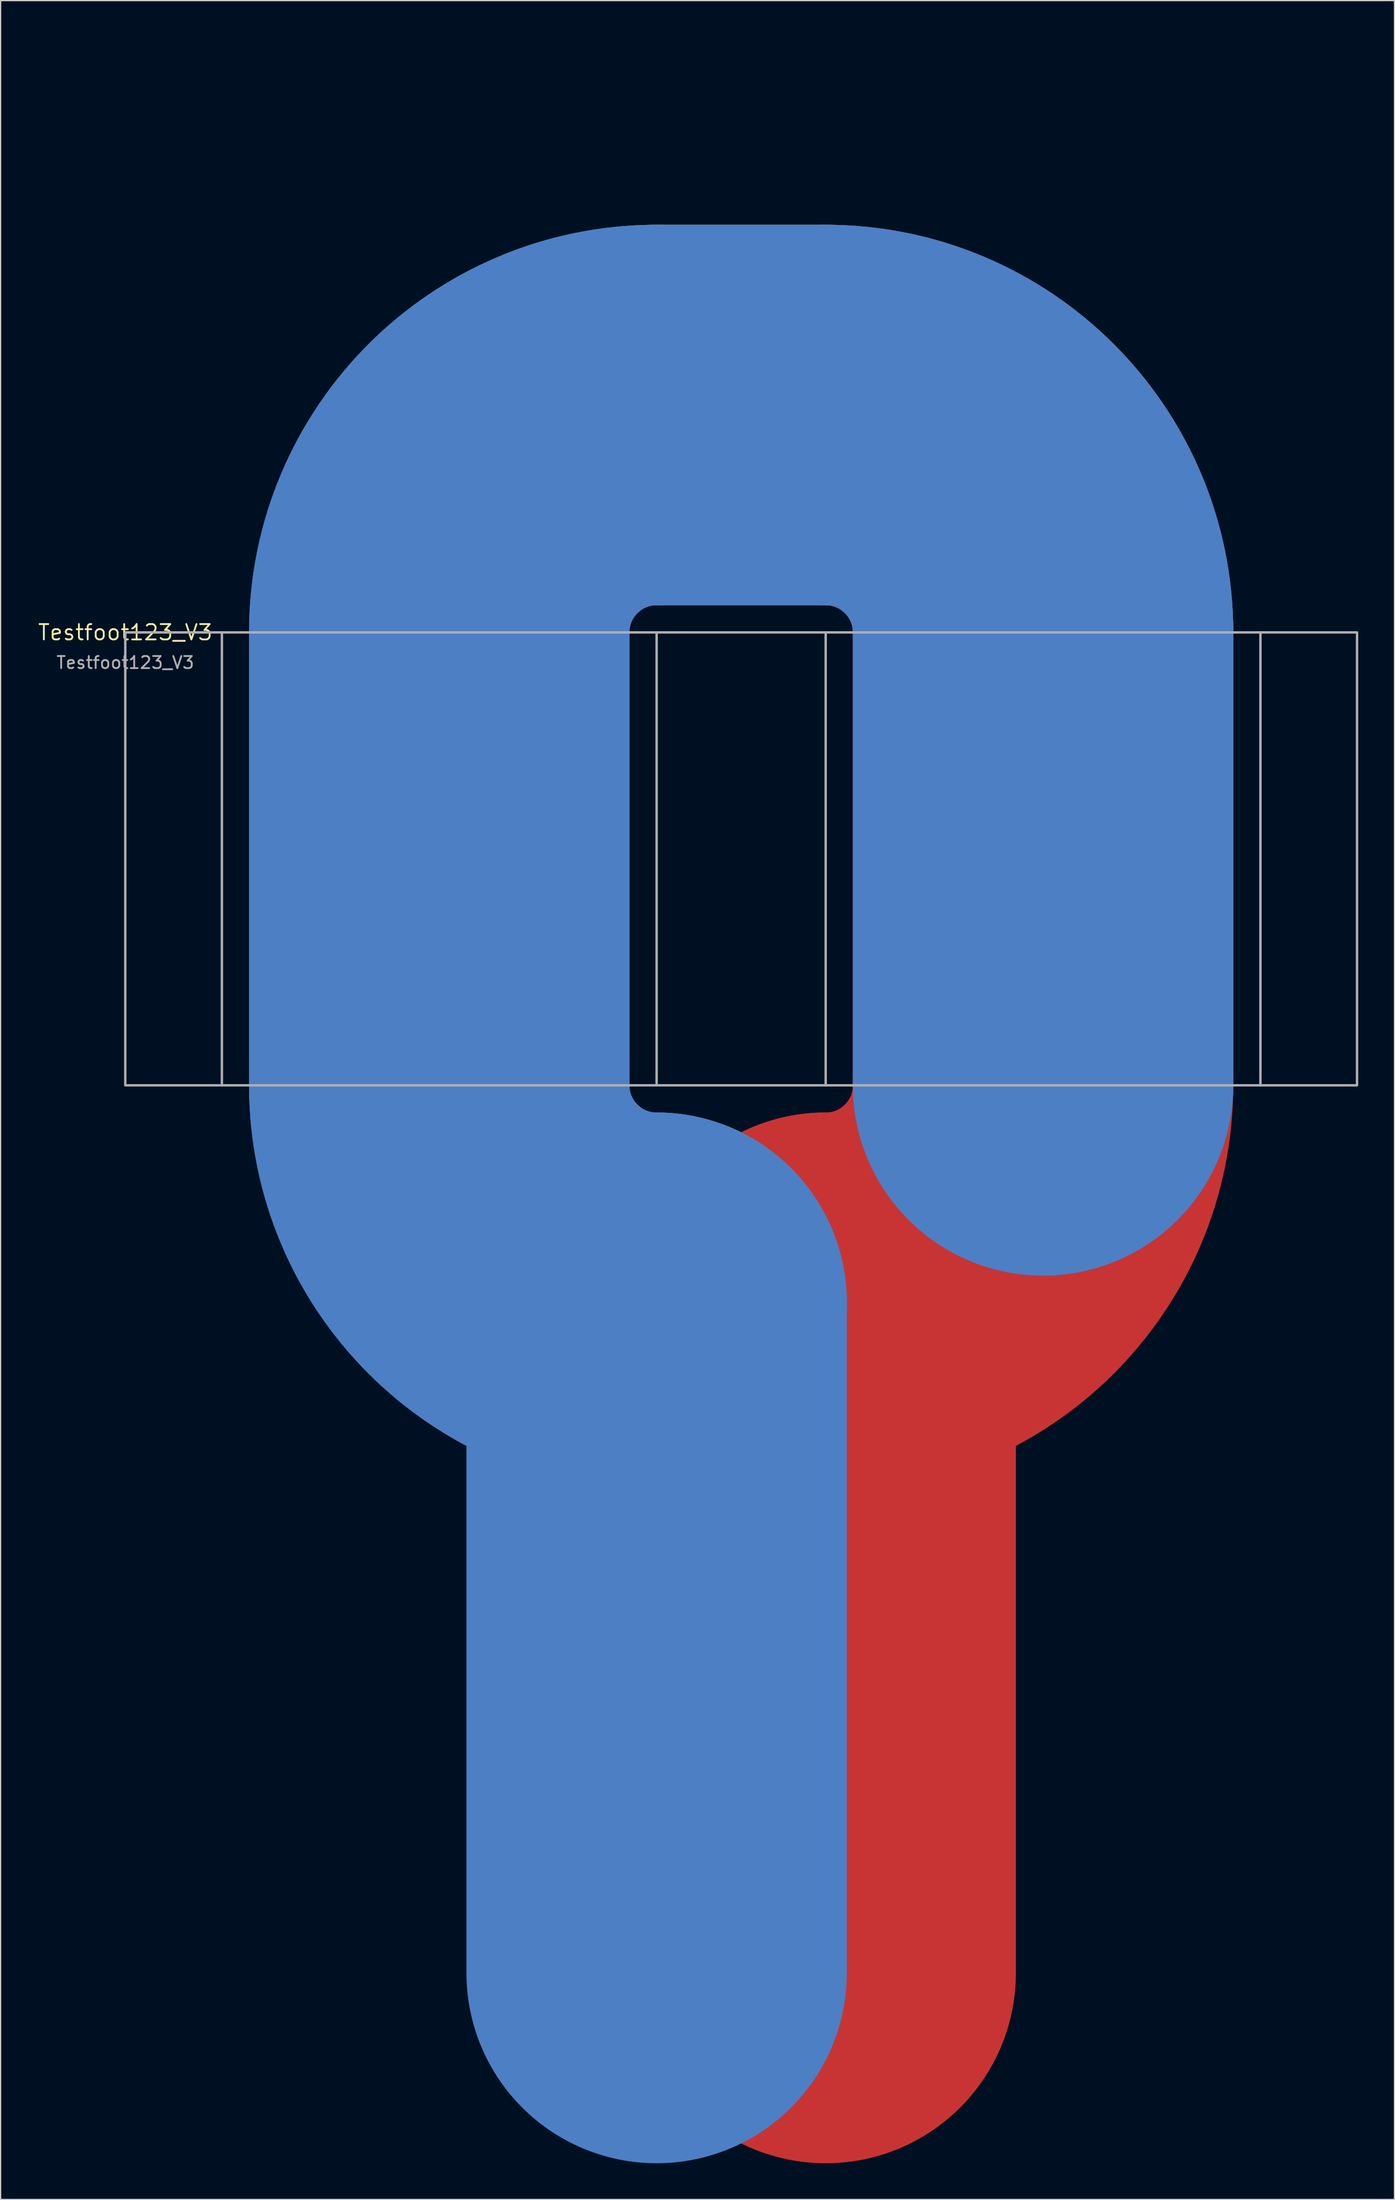
<source format=kicad_pcb>
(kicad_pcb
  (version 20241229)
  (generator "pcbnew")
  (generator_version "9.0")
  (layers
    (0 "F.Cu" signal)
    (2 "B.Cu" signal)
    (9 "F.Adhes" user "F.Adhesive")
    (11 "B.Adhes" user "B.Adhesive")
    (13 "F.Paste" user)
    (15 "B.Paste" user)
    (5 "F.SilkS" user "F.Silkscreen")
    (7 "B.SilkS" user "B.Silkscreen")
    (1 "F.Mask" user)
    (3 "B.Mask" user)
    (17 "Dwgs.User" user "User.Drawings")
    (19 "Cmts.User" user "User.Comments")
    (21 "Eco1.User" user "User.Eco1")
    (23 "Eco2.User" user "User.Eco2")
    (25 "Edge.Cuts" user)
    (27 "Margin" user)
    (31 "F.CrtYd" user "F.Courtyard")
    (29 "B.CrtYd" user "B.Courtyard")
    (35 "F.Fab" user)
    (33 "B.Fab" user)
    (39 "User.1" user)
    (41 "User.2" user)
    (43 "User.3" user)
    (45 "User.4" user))
  (footprint "Testfoot123_V3"
    (layer "F.Cu")
    (at 7.325 49.312)
    (property "Reference" "Testfoot123_V3" (at 0 0 0) (layer "F.SilkS") (effects (font (size 1.27 1.27) (thickness 0.15))))
    (fp_line (start 26 0) (end 26 37.5) (stroke (width 31.5) (type default)) (layer "F.Cu"))
    (fp_line (start 58 -18) (end 44 -18) (stroke (width 31.5) (type default)) (layer "F.Cu"))
    (fp_line (start 58 111) (end 58 55.5) (stroke (width 31.5) (type default)) (layer "F.Cu"))
    (fp_line (start 76 37.5) (end 76 0) (stroke (width 31.5) (type default)) (layer "F.Cu"))
    (fp_arc (start 26 0) (mid 31.272078 -12.727922) (end 44 -18) (stroke (width 31.5) (type solid)) (layer "F.Cu"))
    (fp_arc (start 58 -18) (mid 70.727922 -12.727922) (end 76 0) (stroke (width 31.5) (type solid)) (layer "F.Cu"))
    (fp_arc (start 76 37.5) (mid 70.727922 50.227922) (end 58 55.5) (stroke (width 31.5) (type solid)) (layer "F.Cu"))
    (fp_line (start 26 0) (end 26 37.5) (stroke (width 31.5) (type default)) (layer "B.Cu"))
    (fp_line (start 26 0) (end 26 37.5) (stroke (width 31.5) (type default)) (layer "B.Cu"))
    (fp_line (start 44 111) (end 44 55.5) (stroke (width 31.5) (type default)) (layer "B.Cu"))
    (fp_line (start 58 -18) (end 44 -18) (stroke (width 31.5) (type default)) (layer "B.Cu"))
    (fp_line (start 58 -18) (end 44 -18) (stroke (width 31.5) (type default)) (layer "B.Cu"))
    (fp_line (start 76 37.5) (end 76 0) (stroke (width 31.5) (type default)) (layer "B.Cu"))
    (fp_line (start 76 37.5) (end 76 0) (stroke (width 31.5) (type default)) (layer "B.Cu"))
    (fp_arc (start 26 0) (mid 31.272078 -12.727922) (end 44 -18) (stroke (width 31.5) (type solid)) (layer "B.Cu"))
    (fp_arc (start 26 0) (mid 31.272078 -12.727922) (end 44 -18) (stroke (width 31.5) (type solid)) (layer "B.Cu"))
    (fp_arc (start 44 55.5) (mid 31.272078 50.227922) (end 26 37.5) (stroke (width 31.5) (type solid)) (layer "B.Cu"))
    (fp_arc (start 44 55.5) (mid 31.272078 50.227922) (end 26 37.5) (stroke (width 31.5) (type solid)) (layer "B.Cu"))
    (fp_arc (start 58 -18) (mid 70.727922 -12.727922) (end 76 0) (stroke (width 31.5) (type solid)) (layer "B.Cu"))
    (fp_arc (start 58 -18) (mid 70.727922 -12.727922) (end 76 0) (stroke (width 31.5) (type solid)) (layer "B.Cu"))
    (fp_line (start 14.562 0) (end 14.562 -45.75) (stroke (width 7.125) (type default)) (layer "In1.Cu"))
    (fp_line (start 14.562 0) (end 14.562 37.5) (stroke (width 7.125) (type default)) (layer "In1.Cu"))
    (fp_line (start 22.188 0) (end 22.188 37.5) (stroke (width 7.125) (type default)) (layer "In1.Cu"))
    (fp_line (start 29.812 0) (end 29.812 37.5) (stroke (width 7.125) (type default)) (layer "In1.Cu"))
    (fp_line (start 37.438 0) (end 37.438 37.5) (stroke (width 7.125) (type default)) (layer "In1.Cu"))
    (fp_line (start 44 44.062) (end 58 44.062) (stroke (width 7.125) (type default)) (layer "In1.Cu"))
    (fp_line (start 44 51.688) (end 58 51.688) (stroke (width 7.125) (type default)) (layer "In1.Cu"))
    (fp_line (start 44 59.312) (end 58 59.312) (stroke (width 7.125) (type default)) (layer "In1.Cu"))
    (fp_line (start 44 66.938) (end 58 66.938) (stroke (width 7.125) (type default)) (layer "In1.Cu"))
    (fp_line (start 58 -29.438) (end 51.625 -29.438) (stroke (width 7.125) (type default)) (layer "In1.Cu"))
    (fp_line (start 58 -21.812) (end 51.625 -21.812) (stroke (width 7.125) (type default)) (layer "In1.Cu"))
    (fp_line (start 58 -14.188) (end 51.625 -14.188) (stroke (width 7.125) (type default)) (layer "In1.Cu"))
    (fp_line (start 64.562 37.5) (end 64.562 0) (stroke (width 7.125) (type default)) (layer "In1.Cu"))
    (fp_line (start 72.188 37.5) (end 72.188 0) (stroke (width 7.125) (type default)) (layer "In1.Cu"))
    (fp_line (start 79.812 37.5) (end 79.812 0) (stroke (width 7.125) (type default)) (layer "In1.Cu"))
    (fp_line (start 87.438 37.5) (end 87.438 0) (stroke (width 7.125) (type default)) (layer "In1.Cu"))
    (fp_arc (start 22.1875 0) (mid 30.809544 -20.815456) (end 51.625 -29.4375) (stroke (width 7.125) (type solid)) (layer "In1.Cu"))
    (fp_arc (start 29.8125 0) (mid 36.201233 -15.423767) (end 51.625 -21.8125) (stroke (width 7.125) (type solid)) (layer "In1.Cu"))
    (fp_arc (start 37.4375 0) (mid 41.592923 -10.032077) (end 51.625 -14.1875) (stroke (width 7.125) (type solid)) (layer "In1.Cu"))
    (fp_arc (start 44 44.0625) (mid 39.359612 42.140388) (end 37.4375 37.5) (stroke (width 7.125) (type solid)) (layer "In1.Cu"))
    (fp_arc (start 44 51.6875) (mid 33.967923 47.532077) (end 29.8125 37.5) (stroke (width 7.125) (type solid)) (layer "In1.Cu"))
    (fp_arc (start 44 59.3125) (mid 28.576233 52.923767) (end 22.1875 37.5) (stroke (width 7.125) (type solid)) (layer "In1.Cu"))
    (fp_arc (start 44 66.9375) (mid 23.184544 58.315456) (end 14.5625 37.5) (stroke (width 7.125) (type solid)) (layer "In1.Cu"))
    (fp_arc (start 58 -29.4375) (mid 78.815456 -20.815456) (end 87.4375 0) (stroke (width 7.125) (type solid)) (layer "In1.Cu"))
    (fp_arc (start 58 -21.8125) (mid 73.423767 -15.423767) (end 79.8125 0) (stroke (width 7.125) (type solid)) (layer "In1.Cu"))
    (fp_arc (start 58 -14.1875) (mid 68.032077 -10.032077) (end 72.1875 0) (stroke (width 7.125) (type solid)) (layer "In1.Cu"))
    (fp_arc (start 58 -6.5625) (mid 62.640388 -4.640388) (end 64.5625 0) (stroke (width 7.125) (type solid)) (layer "In1.Cu"))
    (fp_arc (start 64.5625 37.5) (mid 62.640388 42.140388) (end 58 44.0625) (stroke (width 7.125) (type solid)) (layer "In1.Cu"))
    (fp_arc (start 72.1875 37.5) (mid 68.032077 47.532077) (end 58 51.6875) (stroke (width 7.125) (type solid)) (layer "In1.Cu"))
    (fp_arc (start 79.8125 37.5) (mid 73.423767 52.923767) (end 58 59.3125) (stroke (width 7.125) (type solid)) (layer "In1.Cu"))
    (fp_arc (start 87.4375 37.5) (mid 78.815456 58.315456) (end 58 66.9375) (stroke (width 7.125) (type solid)) (layer "In1.Cu"))
    (fp_line (start 58 -6.562) (end 58 -45.75) (stroke (width 7.125) (type default)) (layer "In2.Cu"))
    (fp_line (start 8 0) (end 8 37.5) (stroke (width 0.2) (type default)) (layer "F.Fab"))
    (fp_line (start 44 0) (end 44 37.5) (stroke (width 0.2) (type default)) (layer "F.Fab"))
    (fp_line (start 58 0) (end 58 37.5) (stroke (width 0.2) (type default)) (layer "F.Fab"))
    (fp_line (start 94 0) (end 94 37.5) (stroke (width 0.2) (type default)) (layer "F.Fab"))
    (fp_rect (start 0 0) (end 102 37.5) (stroke (width 0.2) (type solid)) (fill no) (layer "F.Fab"))
    (fp_text user "${REFERENCE}" (at 0 2.5 0) (unlocked yes) (layer "F.Fab") (effects (font (size 1 1) (thickness 0.15)))))
  (gr_rect
    (start -3 -3)
    (end 112.425 179.062)
    (stroke (width 0.1) (type default))
    (fill no)
    (layer "Edge.Cuts")))
</source>
